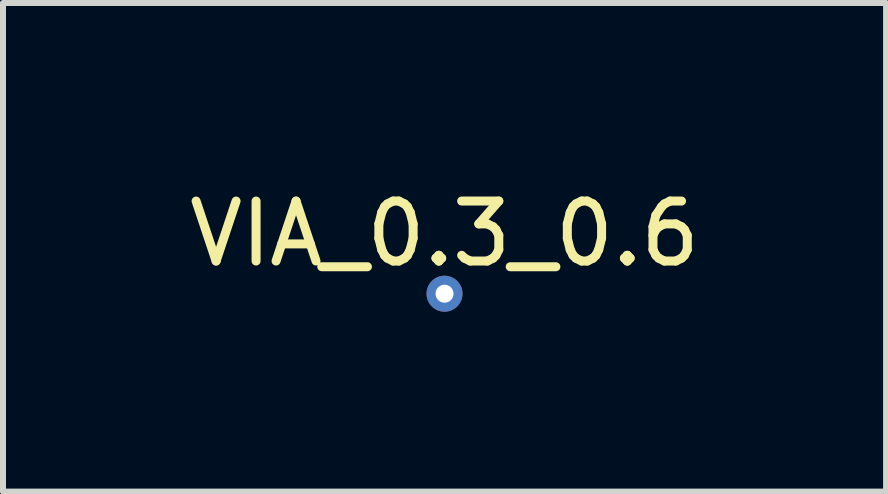
<source format=kicad_pcb>
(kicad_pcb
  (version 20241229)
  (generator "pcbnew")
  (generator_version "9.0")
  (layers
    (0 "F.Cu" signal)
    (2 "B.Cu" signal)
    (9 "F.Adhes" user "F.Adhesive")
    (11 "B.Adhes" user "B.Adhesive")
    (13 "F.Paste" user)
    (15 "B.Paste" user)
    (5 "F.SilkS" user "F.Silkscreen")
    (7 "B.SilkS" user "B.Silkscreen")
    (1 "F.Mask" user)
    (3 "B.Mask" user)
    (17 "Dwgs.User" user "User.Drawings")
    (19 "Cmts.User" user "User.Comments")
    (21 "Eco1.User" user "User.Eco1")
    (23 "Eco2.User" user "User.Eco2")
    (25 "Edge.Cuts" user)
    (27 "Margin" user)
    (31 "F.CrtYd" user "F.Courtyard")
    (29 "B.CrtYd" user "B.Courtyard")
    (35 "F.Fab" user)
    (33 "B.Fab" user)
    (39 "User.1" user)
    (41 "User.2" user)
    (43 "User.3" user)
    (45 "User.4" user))
  (footprint "VIA_0.3_0.6"
    (layer "F.Cu")
    (at 4.363 1.848)
    (property "Reference" "VIA_0.3_0.6" (at 0 -1 0) (layer "F.SilkS") (effects (font (size 1 1) (thickness 0.15))))
    (attr through_hole)
    (pad "1" thru_hole circle (at 0 0) (size 0.6 0.6) (drill 0.3) (layers "*.Cu")))
  (gr_rect
    (start -3 -3)
    (end 11.726 5.148)
    (stroke (width 0.1) (type default))
    (fill no)
    (layer "Edge.Cuts")))
</source>
